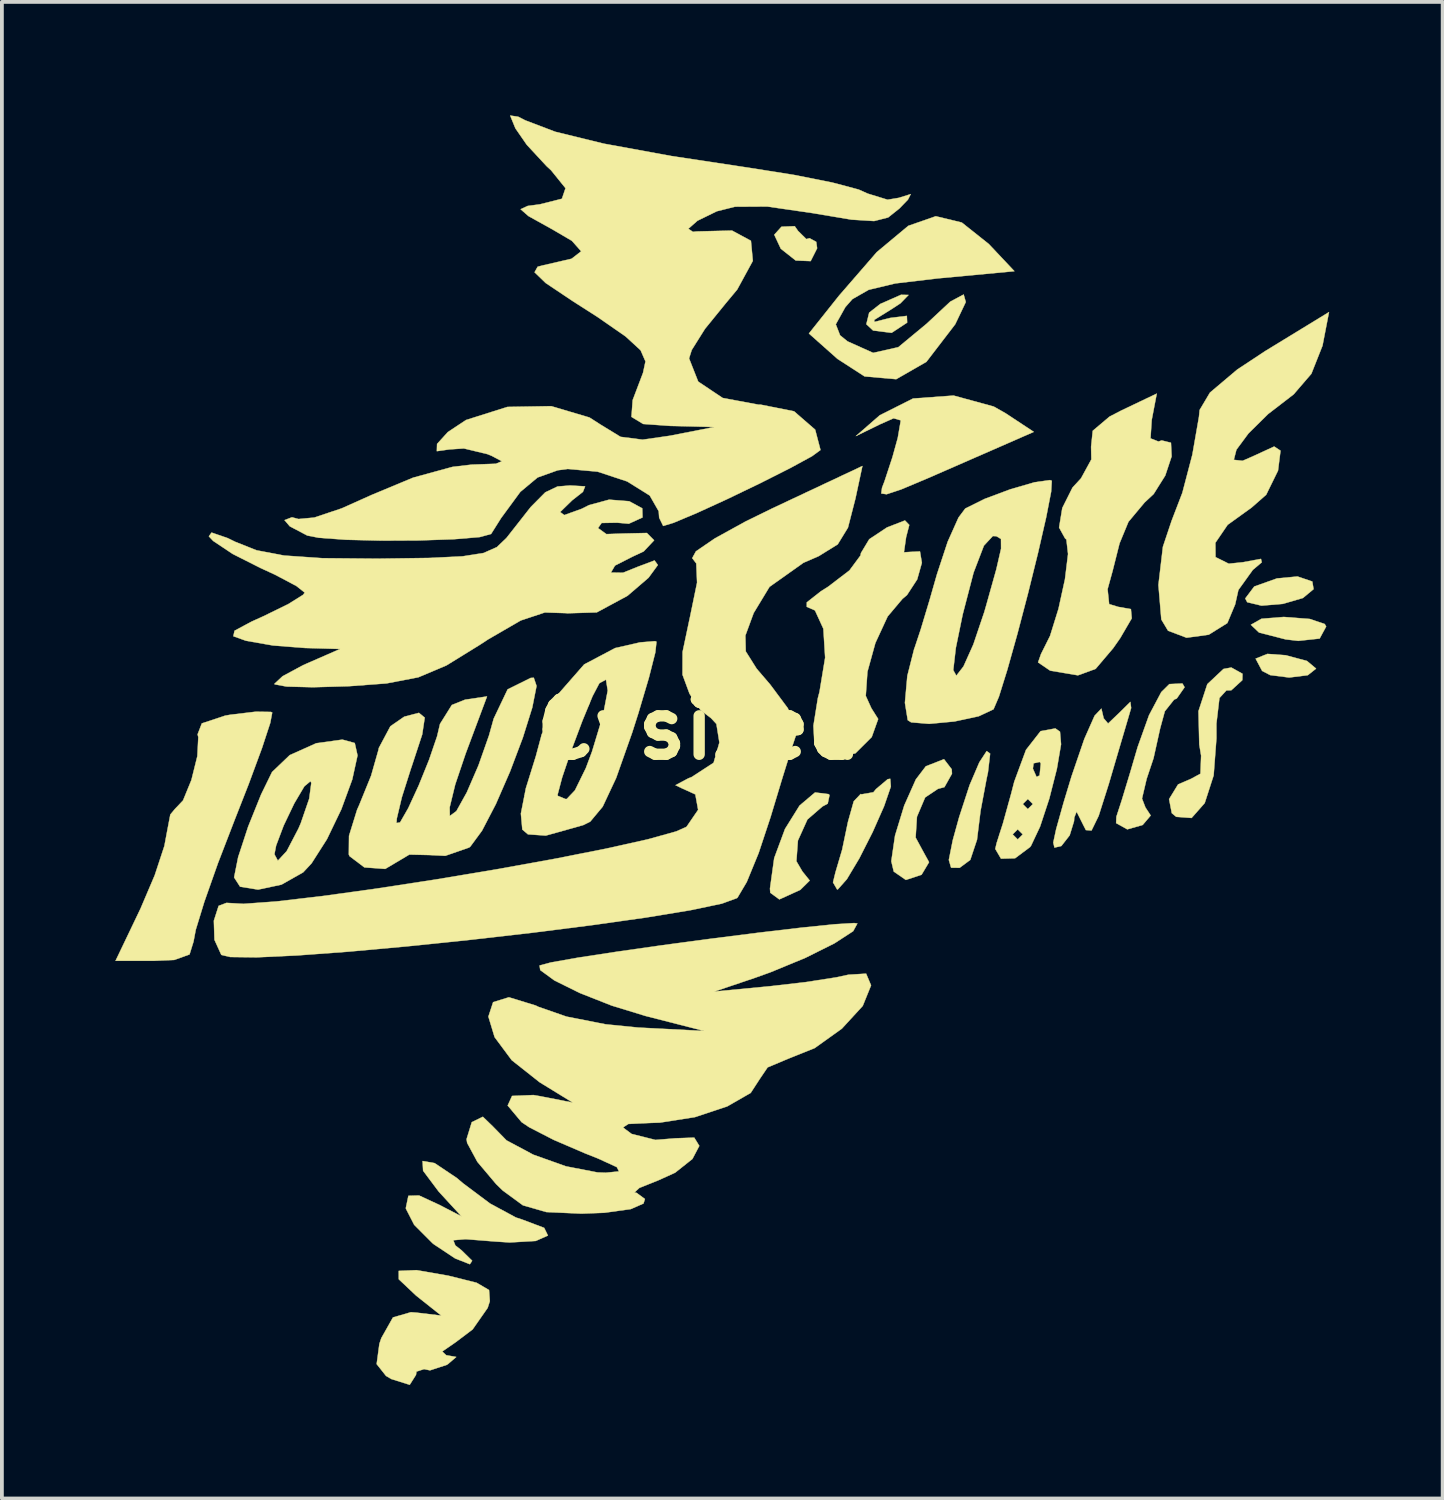
<source format=kicad_pcb>
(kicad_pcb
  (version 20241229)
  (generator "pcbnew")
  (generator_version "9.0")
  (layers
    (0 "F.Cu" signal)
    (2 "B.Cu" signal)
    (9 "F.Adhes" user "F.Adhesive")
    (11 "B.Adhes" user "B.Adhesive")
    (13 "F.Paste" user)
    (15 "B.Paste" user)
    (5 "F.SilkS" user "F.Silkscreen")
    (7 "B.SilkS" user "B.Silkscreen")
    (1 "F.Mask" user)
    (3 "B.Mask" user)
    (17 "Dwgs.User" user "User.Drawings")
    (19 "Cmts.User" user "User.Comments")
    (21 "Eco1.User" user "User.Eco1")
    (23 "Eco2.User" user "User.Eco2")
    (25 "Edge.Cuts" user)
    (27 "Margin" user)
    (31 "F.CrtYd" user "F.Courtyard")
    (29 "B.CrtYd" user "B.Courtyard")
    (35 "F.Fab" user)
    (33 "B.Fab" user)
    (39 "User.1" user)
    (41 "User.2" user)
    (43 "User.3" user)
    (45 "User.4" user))
  (footprint "Cysized"
    (layer "F.Cu")
    (at 15.434 16.202)
    (property "Reference" "Cysized" (at 0 0 0) (layer "F.SilkS") (effects (font (size 1.524 1.524) (thickness 0.3))))
    (attr through_hole)
    (fp_poly (pts (xy 15.507 -1.929) (xy 16.07 -1.777) (xy 16.309 -1.577) (xy 16.309 -1.574) (xy 16.09 -1.401) (xy 15.6 -1.34) (xy 15.097 -1.404) (xy 14.884 -1.515) (xy 14.712 -1.839) (xy 15.023 -1.964) (xy 15.507 -1.929)) (stroke (width 0.01) (type solid)) (fill yes) (layer "F.SilkS"))
    (fp_poly (pts (xy 16.143 -2.888) (xy 16.539 -2.754) (xy 16.577 -2.689) (xy 16.404 -2.37) (xy 15.839 -2.309) (xy 15.507 -2.348) (xy 14.802 -2.529) (xy 14.586 -2.734) (xy 14.867 -2.893) (xy 15.454 -2.941) (xy 16.143 -2.888)) (stroke (width 0.01) (type solid)) (fill yes) (layer "F.SilkS"))
    (fp_poly (pts (xy 16.21 -3.878) (xy 16.244 -3.676) (xy 15.962 -3.442) (xy 15.431 -3.287) (xy 14.868 -3.24) (xy 14.49 -3.331) (xy 14.438 -3.43) (xy 14.676 -3.746) (xy 15.277 -3.96) (xy 15.819 -4.011) (xy 16.21 -3.878)) (stroke (width 0.01) (type solid)) (fill yes) (layer "F.SilkS"))
    (fp_poly (pts (xy 2.614 -13.147) (xy 2.834 -12.931) (xy 2.919 -12.954) (xy 3.095 -12.858) (xy 3.119 -12.688) (xy 2.948 -12.349) (xy 2.553 -12.365) (xy 2.159 -12.676) (xy 1.986 -13.046) (xy 2.177 -13.258) (xy 2.527 -13.272) (xy 2.614 -13.147)) (stroke (width 0.01) (type solid)) (fill yes) (layer "F.SilkS"))
    (fp_poly (pts (xy 5.536 -11.454) (xy 5.322 -11.233) (xy 5.08 -11.075) (xy 4.631 -10.796) (xy 4.631 -10.74) (xy 5.047 -10.846) (xy 5.491 -10.901) (xy 5.499 -10.723) (xy 5.088 -10.453) (xy 4.599 -10.514) (xy 4.42 -10.681) (xy 4.495 -10.986) (xy 4.788 -11.216) (xy 5.337 -11.458) (xy 5.536 -11.454)) (stroke (width 0.01) (type solid)) (fill yes) (layer "F.SilkS"))
    (fp_poly (pts (xy 7.693 0.672) (xy 7.636 1.164) (xy 7.599 1.337) (xy 7.44 2.183) (xy 7.348 2.927) (xy 7.348 2.941) (xy 7.168 3.481) (xy 6.886 3.691) (xy 6.661 3.688) (xy 6.601 3.483) (xy 6.705 2.961) (xy 6.873 2.354) (xy 7.15 1.505) (xy 7.407 0.903) (xy 7.602 0.605) (xy 7.693 0.672)) (stroke (width 0.01) (type solid)) (fill yes) (layer "F.SilkS"))
    (fp_poly (pts (xy 3.422 1.743) (xy 3.447 1.768) (xy 3.399 1.995) (xy 3.258 2.07) (xy 2.863 2.412) (xy 2.611 2.97) (xy 2.571 3.517) (xy 2.73 3.788) (xy 2.923 4.028) (xy 2.674 4.274) (xy 2.12 4.526) (xy 1.881 4.351) (xy 1.872 4.242) (xy 1.984 3.434) (xy 2.27 2.663) (xy 2.655 2.045) (xy 3.064 1.699) (xy 3.422 1.743)) (stroke (width 0.01) (type solid)) (fill yes) (layer "F.SilkS"))
    (fp_poly (pts (xy 5.068 1.543) (xy 4.889 2.063) (xy 4.588 2.744) (xy 4.236 3.438) (xy 3.905 3.992) (xy 3.669 4.258) (xy 3.648 4.264) (xy 3.539 4.076) (xy 3.604 3.81) (xy 3.78 3.214) (xy 3.934 2.478) (xy 4.087 1.933) (xy 4.271 1.739) (xy 4.294 1.748) (xy 4.606 1.694) (xy 4.676 1.609) (xy 4.984 1.349) (xy 5.052 1.337) (xy 5.068 1.543)) (stroke (width 0.01) (type solid)) (fill yes) (layer "F.SilkS"))
    (fp_poly (pts (xy 6.677 1.085) (xy 6.684 1.203) (xy 6.485 1.558) (xy 6.312 1.604) (xy 5.975 1.829) (xy 5.758 2.34) (xy 5.723 2.891) (xy 5.901 3.22) (xy 6.078 3.542) (xy 5.88 3.874) (xy 5.465 4.011) (xy 5.145 3.79) (xy 5.08 3.516) (xy 5.179 2.838) (xy 5.422 2.044) (xy 5.729 1.354) (xy 5.993 1.007) (xy 6.473 0.819) (xy 6.677 1.085)) (stroke (width 0.01) (type solid)) (fill yes) (layer "F.SilkS"))
    (fp_poly (pts (xy 7.787 -8.504) (xy 8.1 -8.327) (xy 8.847 -7.834) (xy 7.164 -7.098) (xy 6.047 -6.61) (xy 5.338 -6.312) (xy 4.955 -6.185) (xy 4.815 -6.206) (xy 4.835 -6.356) (xy 4.901 -6.529) (xy 5.11 -7.165) (xy 5.251 -7.674) (xy 5.331 -8.139) (xy 5.141 -8.194) (xy 4.782 -8.035) (xy 4.144 -7.723) (xy 4.775 -8.273) (xy 5.655 -8.716) (xy 6.726 -8.794) (xy 7.787 -8.504)) (stroke (width 0.01) (type solid)) (fill yes) (layer "F.SilkS"))
    (fp_poly (pts (xy 12.834 -1.083) (xy 12.627 -0.786) (xy 12.555 -0.754) (xy 12.311 -0.447) (xy 12.188 0.004) (xy 12.013 0.793) (xy 11.831 1.337) (xy 11.708 1.86) (xy 11.798 2.095) (xy 11.938 2.308) (xy 11.726 2.558) (xy 11.319 2.674) (xy 11.024 2.509) (xy 11.031 2.339) (xy 11.17 1.913) (xy 11.399 1.159) (xy 11.593 0.497) (xy 11.894 -0.344) (xy 12.218 -0.955) (xy 12.432 -1.166) (xy 12.777 -1.182) (xy 12.834 -1.083)) (stroke (width 0.01) (type solid)) (fill yes) (layer "F.SilkS"))
    (fp_poly (pts (xy 14.365 -1.439) (xy 14.36 -1.27) (xy 14.067 -1.002) (xy 13.941 -1.001) (xy 13.755 -0.798) (xy 13.675 -0.119) (xy 13.676 0.266) (xy 13.602 1.248) (xy 13.366 1.979) (xy 13.019 2.373) (xy 12.613 2.343) (xy 12.496 2.246) (xy 12.424 1.875) (xy 12.662 1.486) (xy 13.008 1.337) (xy 13.253 1.203) (xy 13.271 0.726) (xy 13.222 0.429) (xy 13.201 -0.45) (xy 13.435 -1.165) (xy 13.862 -1.566) (xy 14.069 -1.604) (xy 14.365 -1.439)) (stroke (width 0.01) (type solid)) (fill yes) (layer "F.SilkS"))
    (fp_poly (pts (xy 11.421 -0.535) (xy 11.286 -0.075) (xy 11.054 0.711) (xy 10.831 1.471) (xy 10.562 2.318) (xy 10.373 2.705) (xy 10.224 2.693) (xy 10.146 2.54) (xy 9.979 2.206) (xy 9.917 2.363) (xy 9.911 2.457) (xy 9.796 2.832) (xy 9.576 3.114) (xy 9.394 3.157) (xy 9.362 3.024) (xy 9.438 2.67) (xy 9.633 1.973) (xy 9.843 1.279) (xy 10.183 0.285) (xy 10.455 -0.33) (xy 10.634 -0.519) (xy 10.695 -0.261) (xy 10.811 -0.124) (xy 11.118 -0.417) (xy 11.4 -0.696) (xy 11.421 -0.535)) (stroke (width 0.01) (type solid)) (fill yes) (layer "F.SilkS"))
    (fp_poly (pts (xy -11.321 -0.43) (xy -11.287 -0.414) (xy -11.339 -0.14) (xy -11.557 0.524) (xy -11.907 1.472) (xy -12.276 2.413) (xy -12.723 3.572) (xy -13.081 4.586) (xy -13.309 5.33) (xy -13.368 5.643) (xy -13.473 5.981) (xy -13.878 6.127) (xy -14.399 6.149) (xy -15.429 6.149) (xy -14.769 4.77) (xy -14.394 3.89) (xy -14.138 3.113) (xy -14.073 2.765) (xy -13.981 2.282) (xy -13.862 2.139) (xy -13.645 1.91) (xy -13.424 1.371) (xy -13.267 0.74) (xy -13.241 0.237) (xy -13.26 0.163) (xy -13.148 -0.127) (xy -12.534 -0.331) (xy -12.394 -0.356) (xy -11.723 -0.436) (xy -11.321 -0.43)) (stroke (width 0.01) (type solid)) (fill yes) (layer "F.SilkS"))
    (fp_poly (pts (xy 6.943 -13.369) (xy 7.655 -12.803) (xy 7.751 -12.702) (xy 8.335 -12.082) (xy 6.299 -11.891) (xy 5.187 -11.759) (xy 4.481 -11.59) (xy 4.051 -11.344) (xy 3.864 -11.131) (xy 3.612 -10.678) (xy 3.726 -10.386) (xy 3.923 -10.227) (xy 4.6 -9.923) (xy 5.265 -10.073) (xy 6.016 -10.695) (xy 6.638 -11.276) (xy 6.993 -11.466) (xy 7.049 -11.267) (xy 6.77 -10.68) (xy 6.766 -10.674) (xy 6.008 -9.686) (xy 5.209 -9.227) (xy 4.373 -9.301) (xy 3.657 -9.764) (xy 2.902 -10.435) (xy 3.697 -11.434) (xy 4.698 -12.588) (xy 5.529 -13.281) (xy 6.256 -13.535) (xy 6.943 -13.369)) (stroke (width 0.01) (type solid)) (fill yes) (layer "F.SilkS"))
    (fp_poly (pts (xy -6.995 11.498) (xy -6.412 11.888) (xy -6.24 12.034) (xy -5.526 12.568) (xy -4.844 12.936) (xy -4.674 12.992) (xy -4.097 13.21) (xy -3.998 13.413) (xy -4.321 13.556) (xy -5.009 13.596) (xy -5.396 13.571) (xy -6.175 13.509) (xy -6.5 13.537) (xy -6.446 13.674) (xy -6.281 13.804) (xy -6.001 14.079) (xy -6.062 14.171) (xy -6.451 14.018) (xy -7.01 13.647) (xy -7.049 13.616) (xy -7.534 13.13) (xy -7.753 12.702) (xy -7.754 12.681) (xy -7.687 12.362) (xy -7.406 12.354) (xy -6.867 12.603) (xy -6.283 12.906) (xy -6.887 12.249) (xy -7.298 11.7) (xy -7.312 11.443) (xy -6.995 11.498)) (stroke (width 0.01) (type solid)) (fill yes) (layer "F.SilkS"))
    (fp_poly (pts (xy -6.629 14.475) (xy -5.884 14.661) (xy -5.555 14.854) (xy -5.534 15.147) (xy -5.591 15.325) (xy -5.989 15.895) (xy -6.445 16.239) (xy -6.792 16.478) (xy -6.688 16.577) (xy -6.684 16.577) (xy -6.422 16.623) (xy -6.638 16.809) (xy -6.671 16.831) (xy -7.116 16.977) (xy -7.273 16.944) (xy -7.474 17.01) (xy -7.486 17.096) (xy -7.652 17.359) (xy -8.14 17.206) (xy -8.279 17.123) (xy -8.526 16.811) (xy -8.454 16.276) (xy -8.403 16.125) (xy -8.095 15.578) (xy -7.62 15.44) (xy -7.477 15.451) (xy -6.818 15.529) (xy -7.482 15.002) (xy -7.941 14.569) (xy -7.943 14.348) (xy -7.471 14.328) (xy -6.629 14.475)) (stroke (width 0.01) (type solid)) (fill yes) (layer "F.SilkS"))
    (fp_poly (pts (xy -9.105 0.392) (xy -9.032 0.72) (xy -9.171 1.355) (xy -9.46 2.144) (xy -9.84 2.934) (xy -10.248 3.574) (xy -10.468 3.81) (xy -11.044 4.136) (xy -11.661 4.267) (xy -12.137 4.19) (xy -12.295 3.944) (xy -12.187 3.405) (xy -12.163 3.334) (xy -11.229 3.334) (xy -11.138 3.502) (xy -10.905 3.251) (xy -10.593 2.653) (xy -10.532 2.511) (xy -10.309 1.863) (xy -10.254 1.448) (xy -10.275 1.401) (xy -10.438 1.537) (xy -10.705 1.989) (xy -10.984 2.572) (xy -11.184 3.102) (xy -11.229 3.334) (xy -12.163 3.334) (xy -11.923 2.601) (xy -11.58 1.75) (xy -11.291 1.158) (xy -10.824 0.712) (xy -10.124 0.398) (xy -9.432 0.302) (xy -9.105 0.392)) (stroke (width 0.01) (type solid)) (fill yes) (layer "F.SilkS"))
    (fp_poly (pts (xy 5.555 -5.374) (xy 5.471 -5.049) (xy 5.414 -4.65) (xy 5.586 -4.661) (xy 5.838 -4.673) (xy 5.888 -4.373) (xy 5.764 -3.933) (xy 5.496 -3.522) (xy 5.374 -3.418) (xy 4.984 -2.955) (xy 4.659 -2.253) (xy 4.449 -1.493) (xy 4.405 -0.854) (xy 4.552 -0.53) (xy 4.733 -0.243) (xy 4.563 0.233) (xy 4.131 0.664) (xy 3.586 0.79) (xy 3.142 0.587) (xy 3.047 0.425) (xy 3.021 -0.064) (xy 3.138 -0.794) (xy 3.182 -0.962) (xy 3.331 -1.865) (xy 3.284 -2.63) (xy 3.062 -3.114) (xy 2.845 -3.209) (xy 2.846 -3.327) (xy 3.219 -3.62) (xy 3.409 -3.74) (xy 3.974 -4.172) (xy 4.266 -4.567) (xy 4.278 -4.632) (xy 4.497 -4.996) (xy 4.965 -5.307) (xy 5.441 -5.492) (xy 5.555 -5.374)) (stroke (width 0.01) (type solid)) (fill yes) (layer "F.SilkS"))
    (fp_poly (pts (xy 9.54 0.093) (xy 9.568 0.426) (xy 9.457 1.076) (xy 9.257 1.862) (xy 9.014 2.599) (xy 8.776 3.104) (xy 8.749 3.142) (xy 8.351 3.439) (xy 7.98 3.449) (xy 7.829 3.191) (xy 7.864 3.04) (xy 7.938 2.807) (xy 8.288 2.807) (xy 8.422 2.941) (xy 8.556 2.807) (xy 8.422 2.674) (xy 8.288 2.807) (xy 7.938 2.807) (xy 8.03 2.521) (xy 8.173 2.005) (xy 8.556 2.005) (xy 8.689 2.139) (xy 8.823 2.005) (xy 8.689 1.872) (xy 8.556 2.005) (xy 8.173 2.005) (xy 8.248 1.734) (xy 8.331 1.413) (xy 8.458 1.069) (xy 8.823 1.069) (xy 8.921 1.29) (xy 9.001 1.248) (xy 9.033 0.93) (xy 9.001 0.891) (xy 8.842 0.928) (xy 8.823 1.069) (xy 8.458 1.069) (xy 8.641 0.573) (xy 9.027 0.078) (xy 9.417 0.006) (xy 9.54 0.093)) (stroke (width 0.01) (type solid)) (fill yes) (layer "F.SilkS"))
    (fp_poly (pts (xy 11.965 -8.151) (xy 11.933 -7.662) (xy 12.143 -7.579) (xy 12.229 -7.608) (xy 12.474 -7.547) (xy 12.491 -7.185) (xy 12.323 -6.68) (xy 12.016 -6.191) (xy 11.776 -5.967) (xy 11.35 -5.457) (xy 11.114 -4.886) (xy 10.931 -4.159) (xy 10.798 -3.676) (xy 10.839 -3.281) (xy 11.078 -3.208) (xy 11.415 -3.149) (xy 11.437 -2.905) (xy 11.132 -2.382) (xy 10.944 -2.113) (xy 10.481 -1.568) (xy 10.014 -1.398) (xy 9.301 -1.518) (xy 9.277 -1.524) (xy 8.96 -1.74) (xy 9.038 -1.961) (xy 9.277 -2.44) (xy 9.5 -3.157) (xy 9.671 -3.937) (xy 9.753 -4.606) (xy 9.709 -4.988) (xy 9.673 -5.02) (xy 9.516 -5.305) (xy 9.601 -5.823) (xy 9.871 -6.362) (xy 10.095 -6.605) (xy 10.369 -7.106) (xy 10.362 -7.441) (xy 10.406 -7.863) (xy 10.85 -8.238) (xy 11.163 -8.4) (xy 12.098 -8.846) (xy 11.965 -8.151)) (stroke (width 0.01) (type solid)) (fill yes) (layer "F.SilkS"))
    (fp_poly (pts (xy 16.48 -10.113) (xy 16.186 -9.371) (xy 15.718 -8.827) (xy 15.713 -8.823) (xy 15.043 -8.307) (xy 14.523 -7.794) (xy 14.204 -7.363) (xy 14.135 -7.095) (xy 14.368 -7.069) (xy 14.688 -7.21) (xy 15.202 -7.447) (xy 15.37 -7.337) (xy 15.304 -6.81) (xy 14.991 -6.172) (xy 14.606 -5.834) (xy 13.972 -5.377) (xy 13.648 -4.902) (xy 13.652 -4.523) (xy 14.002 -4.349) (xy 14.371 -4.387) (xy 14.853 -4.476) (xy 14.874 -4.385) (xy 14.638 -4.186) (xy 14.256 -3.654) (xy 14.171 -3.274) (xy 13.964 -2.779) (xy 13.472 -2.472) (xy 12.886 -2.392) (xy 12.397 -2.577) (xy 12.219 -2.874) (xy 12.142 -3.787) (xy 12.261 -4.797) (xy 12.49 -5.481) (xy 12.775 -6.224) (xy 13.039 -7.23) (xy 13.214 -8.232) (xy 13.232 -8.413) (xy 13.505 -8.873) (xy 14.226 -9.482) (xy 14.965 -9.97) (xy 16.652 -11.001) (xy 16.48 -10.113)) (stroke (width 0.01) (type solid)) (fill yes) (layer "F.SilkS"))
    (fp_poly (pts (xy -1.128 -2.286) (xy -1.159 -2.003) (xy -1.329 -1.333) (xy -1.607 -0.396) (xy -1.769 0.112) (xy -2.194 1.315) (xy -2.55 2.074) (xy -2.88 2.47) (xy -3.063 2.561) (xy -3.741 2.752) (xy -4.055 2.839) (xy -4.526 2.806) (xy -4.675 2.679) (xy -4.713 2.258) (xy -4.62 1.786) (xy -3.743 1.786) (xy -3.539 1.871) (xy -3.501 1.872) (xy -3.283 1.641) (xy -2.995 1.054) (xy -2.833 0.621) (xy -2.543 -0.336) (xy -2.417 -0.995) (xy -2.463 -1.284) (xy -2.638 -1.19) (xy -2.818 -0.847) (xy -3.09 -0.188) (xy -3.383 0.594) (xy -3.623 1.305) (xy -3.741 1.752) (xy -3.743 1.786) (xy -4.62 1.786) (xy -4.581 1.586) (xy -4.538 1.449) (xy -4.317 0.74) (xy -4.18 0.23) (xy -4.17 0.185) (xy -3.769 -0.853) (xy -3.04 -1.686) (xy -2.22 -2.119) (xy -1.562 -2.269) (xy -1.164 -2.301) (xy -1.128 -2.286)) (stroke (width 0.01) (type solid)) (fill yes) (layer "F.SilkS"))
    (fp_poly (pts (xy 9.323 -6.541) (xy 9.306 -6.253) (xy 9.175 -5.578) (xy 8.961 -4.643) (xy 8.697 -3.574) (xy 8.415 -2.499) (xy 8.147 -1.544) (xy 7.926 -0.836) (xy 7.784 -0.503) (xy 7.782 -0.5) (xy 7.391 -0.316) (xy 6.75 -0.178) (xy 6.08 -0.115) (xy 5.605 -0.155) (xy 5.515 -0.212) (xy 5.44 -0.672) (xy 5.504 -1.385) (xy 5.542 -1.534) (xy 6.718 -1.534) (xy 6.799 -1.389) (xy 6.989 -1.634) (xy 7.249 -2.214) (xy 7.539 -3.073) (xy 7.59 -3.25) (xy 7.856 -4.199) (xy 7.982 -4.746) (xy 7.98 -5.002) (xy 7.859 -5.076) (xy 7.764 -5.08) (xy 7.528 -4.826) (xy 7.255 -4.113) (xy 6.968 -3.01) (xy 6.786 -2.124) (xy 6.718 -1.534) (xy 5.542 -1.534) (xy 5.684 -2.095) (xy 5.701 -2.139) (xy 5.856 -2.605) (xy 6.093 -3.391) (xy 6.288 -4.072) (xy 6.571 -4.93) (xy 6.857 -5.569) (xy 7.036 -5.808) (xy 7.55 -6.063) (xy 8.227 -6.316) (xy 8.868 -6.502) (xy 9.276 -6.559) (xy 9.323 -6.541)) (stroke (width 0.01) (type solid)) (fill yes) (layer "F.SilkS"))
    (fp_poly (pts (xy -4.299 -1.116) (xy -4.412 -0.546) (xy -4.661 0.249) (xy -4.998 1.142) (xy -5.374 2.005) (xy -5.741 2.71) (xy -6.049 3.129) (xy -6.08 3.154) (xy -6.713 3.374) (xy -7.136 3.353) (xy -7.662 3.341) (xy -7.887 3.475) (xy -8.3 3.72) (xy -8.85 3.68) (xy -9.243 3.383) (xy -9.262 3.34) (xy -9.257 2.846) (xy -9.043 2.155) (xy -8.99 2.037) (xy -8.673 1.257) (xy -8.477 0.569) (xy -8.469 0.524) (xy -8.163 -0.051) (xy -7.797 -0.304) (xy -7.409 -0.406) (xy -7.255 -0.279) (xy -7.322 0.166) (xy -7.601 1.015) (xy -7.62 1.069) (xy -7.86 1.825) (xy -7.993 2.385) (xy -8.002 2.507) (xy -7.907 2.491) (xy -7.691 2.114) (xy -7.415 1.515) (xy -7.14 0.835) (xy -6.928 0.214) (xy -6.851 -0.113) (xy -6.538 -0.614) (xy -6.188 -0.754) (xy -5.608 -0.84) (xy -6.172 0.668) (xy -6.449 1.488) (xy -6.596 2.092) (xy -6.592 2.32) (xy -6.418 2.192) (xy -6.144 1.699) (xy -5.835 0.985) (xy -5.556 0.193) (xy -5.432 -0.252) (xy -5.063 -1.027) (xy -4.453 -1.329) (xy -4.372 -1.333) (xy -4.299 -1.116)) (stroke (width 0.01) (type solid)) (fill yes) (layer "F.SilkS"))
    (fp_poly (pts (xy 4.132 -6.073) (xy 3.934 -5.302) (xy 3.663 -4.86) (xy 3.157 -4.547) (xy 2.756 -4.373) (xy 1.86 -3.737) (xy 1.441 -3.045) (xy 1.222 -2.449) (xy 1.232 -2.031) (xy 1.52 -1.573) (xy 1.878 -1.155) (xy 2.344 -0.529) (xy 2.578 -0.022) (xy 2.579 0.129) (xy 2.442 0.54) (xy 2.204 1.304) (xy 1.914 2.263) (xy 1.891 2.341) (xy 1.573 3.3) (xy 1.259 4.065) (xy 1.014 4.479) (xy 0.999 4.492) (xy 0.6 4.638) (xy -0.23 4.812) (xy -1.402 5.005) (xy -2.826 5.206) (xy -4.415 5.408) (xy -6.078 5.598) (xy -7.728 5.768) (xy -9.273 5.908) (xy -10.627 6.008) (xy -11.699 6.058) (xy -12.4 6.049) (xy -12.633 5.993) (xy -12.814 5.595) (xy -12.83 5.09) (xy -12.704 4.697) (xy -12.496 4.618) (xy -12.048 4.644) (xy -11.175 4.58) (xy -9.974 4.44) (xy -8.542 4.242) (xy -6.979 4.002) (xy -5.381 3.735) (xy -3.847 3.458) (xy -2.475 3.187) (xy -1.362 2.939) (xy -0.607 2.729) (xy -0.334 2.607) (xy -0.027 2.158) (xy -0.101 1.75) (xy -0.468 1.583) (xy -0.626 1.506) (xy -0.282 1.324) (xy -0.201 1.293) (xy 0.382 0.914) (xy 0.535 0.379) (xy 0.456 -0.113) (xy 0.313 -0.267) (xy 0.036 -0.477) (xy -0.254 -0.91) (xy -0.44 -1.414) (xy -0.438 -2.016) (xy -0.248 -2.915) (xy -0.244 -2.932) (xy -0.055 -3.849) (xy -0.076 -4.356) (xy -0.183 -4.496) (xy -0.085 -4.676) (xy 0.415 -5.018) (xy 1.228 -5.466) (xy 1.92 -5.805) (xy 4.316 -6.932) (xy 4.132 -6.073)) (stroke (width 0.01) (type solid)) (fill yes) (layer "F.SilkS"))
    (fp_poly (pts (xy -3.015 -6.394) (xy -3.073 -6.248) (xy -3.358 -6.024) (xy -3.675 -5.715) (xy -3.567 -5.634) (xy -3.103 -5.801) (xy -2.913 -5.897) (xy -2.38 -6.042) (xy -1.849 -6) (xy -1.504 -5.813) (xy -1.497 -5.572) (xy -1.86 -5.406) (xy -2.169 -5.433) (xy -2.579 -5.426) (xy -2.674 -5.291) (xy -2.452 -5.131) (xy -1.999 -5.147) (xy -1.382 -5.161) (xy -1.19 -4.967) (xy -1.466 -4.674) (xy -1.759 -4.537) (xy -2.225 -4.3) (xy -2.333 -4.115) (xy -2.013 -4.11) (xy -1.627 -4.266) (xy -1.179 -4.435) (xy -1.092 -4.314) (xy -1.338 -3.978) (xy -1.89 -3.504) (xy -1.899 -3.498) (xy -2.707 -3.062) (xy -3.49 -3.038) (xy -3.514 -3.042) (xy -4.079 -3.06) (xy -4.717 -2.848) (xy -5.578 -2.349) (xy -5.798 -2.205) (xy -6.679 -1.661) (xy -7.424 -1.346) (xy -8.267 -1.184) (xy -9.263 -1.11) (xy -10.21 -1.083) (xy -10.908 -1.101) (xy -11.223 -1.16) (xy -11.229 -1.173) (xy -11.011 -1.376) (xy -10.472 -1.665) (xy -10.361 -1.715) (xy -9.492 -2.095) (xy -10.427 -2.121) (xy -11.266 -2.187) (xy -11.977 -2.311) (xy -11.981 -2.312) (xy -12.315 -2.432) (xy -12.283 -2.577) (xy -11.831 -2.819) (xy -11.513 -2.963) (xy -10.86 -3.283) (xy -10.473 -3.525) (xy -10.427 -3.584) (xy -10.649 -3.76) (xy -11.212 -4.058) (xy -11.596 -4.235) (xy -12.331 -4.606) (xy -12.848 -4.951) (xy -12.962 -5.072) (xy -12.891 -5.172) (xy -12.464 -5.025) (xy -12.262 -4.926) (xy -11.7 -4.703) (xy -10.974 -4.565) (xy -9.963 -4.495) (xy -8.547 -4.482) (xy -8.427 -4.483) (xy -7.128 -4.501) (xy -6.255 -4.544) (xy -5.699 -4.632) (xy -5.349 -4.787) (xy -5.096 -5.028) (xy -5.018 -5.127) (xy -4.452 -5.848) (xy -4.069 -6.235) (xy -3.745 -6.39) (xy -3.414 -6.417) (xy -3.015 -6.394)) (stroke (width 0.01) (type solid)) (fill yes) (layer "F.SilkS"))
    (fp_poly (pts (xy 4.183 5.163) (xy 4.072 5.366) (xy 3.575 5.689) (xy 2.807 6.072) (xy 1.884 6.453) (xy 1.471 6.601) (xy 0.401 6.962) (xy 1.872 6.822) (xy 2.818 6.713) (xy 3.626 6.587) (xy 3.944 6.518) (xy 4.414 6.489) (xy 4.545 6.799) (xy 4.325 7.342) (xy 3.773 7.943) (xy 3.053 8.458) (xy 2.347 8.741) (xy 1.81 8.967) (xy 1.604 9.271) (xy 1.363 9.642) (xy 0.741 9.999) (xy -0.11 10.282) (xy -1.04 10.428) (xy -1.261 10.435) (xy -1.873 10.463) (xy -2.014 10.556) (xy -1.785 10.727) (xy -1.155 10.885) (xy -0.627 10.842) (xy -0.13 10.824) (xy 0.004 11.042) (xy -0.178 11.388) (xy -0.635 11.751) (xy -1.073 11.95) (xy -1.581 12.154) (xy -1.709 12.273) (xy -1.655 12.284) (xy -1.434 12.447) (xy -1.471 12.566) (xy -1.809 12.714) (xy -2.507 12.811) (xy -3.111 12.834) (xy -4.04 12.792) (xy -4.659 12.614) (xy -5.191 12.224) (xy -5.368 12.052) (xy -5.863 11.465) (xy -6.133 10.965) (xy -6.149 10.865) (xy -6.011 10.416) (xy -5.718 10.273) (xy -5.459 10.523) (xy -5.093 10.897) (xy -4.386 11.275) (xy -3.522 11.583) (xy -2.69 11.744) (xy -2.468 11.752) (xy -2.12 11.717) (xy -2.176 11.604) (xy -2.678 11.374) (xy -3.023 11.237) (xy -3.844 10.884) (xy -4.493 10.55) (xy -4.694 10.415) (xy -5.062 9.976) (xy -4.946 9.722) (xy -4.381 9.699) (xy -4.211 9.728) (xy -3.342 9.898) (xy -4.217 9.361) (xy -4.955 8.777) (xy -5.408 8.167) (xy -5.572 7.625) (xy -5.447 7.243) (xy -5.03 7.114) (xy -4.319 7.332) (xy -4.254 7.365) (xy -3.506 7.625) (xy -2.475 7.828) (xy -1.616 7.914) (xy 0.134 8.004) (xy -1.42 7.607) (xy -2.311 7.334) (xy -3.156 7.001) (xy -3.828 6.668) (xy -4.201 6.395) (xy -4.219 6.274) (xy -3.918 6.193) (xy -3.201 6.066) (xy -2.182 5.91) (xy -0.97 5.737) (xy 0.324 5.564) (xy 1.589 5.404) (xy 2.713 5.272) (xy 3.586 5.183) (xy 4.097 5.152) (xy 4.183 5.163)) (stroke (width 0.01) (type solid)) (fill yes) (layer "F.SilkS"))
    (fp_poly (pts (xy -4.784 -16.166) (xy -4.599 -16.071) (xy -3.803 -15.768) (xy -2.52 -15.454) (xy -0.733 -15.127) (xy 1.315 -14.817) (xy 2.506 -14.628) (xy 3.516 -14.427) (xy 4.216 -14.241) (xy 4.455 -14.134) (xy 4.981 -13.972) (xy 5.277 -14.021) (xy 5.594 -14.12) (xy 5.52 -13.974) (xy 5.293 -13.739) (xy 4.997 -13.503) (xy 4.625 -13.408) (xy 4.03 -13.445) (xy 3.064 -13.607) (xy 3.02 -13.615) (xy 1.801 -13.792) (xy 0.947 -13.787) (xy 0.468 -13.667) (xy -0.045 -13.416) (xy -0.286 -13.204) (xy -0.164 -13.122) (xy -0.067 -13.133) (xy 0.869 -13.156) (xy 1.369 -12.886) (xy 1.419 -12.355) (xy 1.006 -11.597) (xy 0.698 -11.227) (xy 0.154 -10.558) (xy -0.196 -10) (xy -0.267 -9.777) (xy -0.025 -9.163) (xy 0.623 -8.73) (xy 1.557 -8.556) (xy 1.614 -8.556) (xy 2.509 -8.378) (xy 3.067 -7.893) (xy 3.208 -7.355) (xy 2.987 -7.193) (xy 2.413 -6.88) (xy 1.624 -6.482) (xy 0.755 -6.063) (xy -0.057 -5.691) (xy -0.675 -5.431) (xy -0.951 -5.347) (xy -1.057 -5.565) (xy -1.069 -5.736) (xy -1.307 -6.152) (xy -1.904 -6.524) (xy -2.685 -6.782) (xy -3.475 -6.854) (xy -3.739 -6.819) (xy -4.271 -6.629) (xy -4.728 -6.248) (xy -5.236 -5.556) (xy -5.501 -5.135) (xy -5.8 -5.053) (xy -6.484 -4.996) (xy -7.401 -4.964) (xy -8.401 -4.959) (xy -9.335 -4.982) (xy -10.052 -5.034) (xy -10.361 -5.094) (xy -10.822 -5.337) (xy -10.962 -5.501) (xy -10.765 -5.576) (xy -10.592 -5.53) (xy -10.175 -5.569) (xy -9.453 -5.811) (xy -8.653 -6.169) (xy -7.561 -6.624) (xy -6.519 -6.909) (xy -6.016 -6.968) (xy -5.375 -6.991) (xy -5.215 -7.057) (xy -5.482 -7.199) (xy -5.597 -7.246) (xy -6.22 -7.396) (xy -6.6 -7.371) (xy -6.935 -7.324) (xy -6.929 -7.515) (xy -6.643 -7.83) (xy -6.163 -8.148) (xy -5.069 -8.494) (xy -3.911 -8.514) (xy -2.899 -8.214) (xy -2.611 -8.029) (xy -2.078 -7.703) (xy -1.495 -7.628) (xy -0.77 -7.732) (xy 0.401 -7.962) (xy -0.766 -7.992) (xy -1.48 -8.043) (xy -1.79 -8.231) (xy -1.757 -8.675) (xy -1.483 -9.397) (xy -1.419 -9.697) (xy -1.548 -9.992) (xy -1.945 -10.357) (xy -2.683 -10.869) (xy -3.342 -11.291) (xy -4.058 -11.77) (xy -4.351 -12.054) (xy -4.27 -12.2) (xy -4.144 -12.233) (xy -3.373 -12.411) (xy -3.119 -12.608) (xy -3.364 -12.885) (xy -3.877 -13.186) (xy -4.514 -13.54) (xy -4.72 -13.72) (xy -4.533 -13.807) (xy -4.211 -13.85) (xy -3.628 -13.997) (xy -3.533 -14.277) (xy -3.915 -14.75) (xy -4.035 -14.861) (xy -4.557 -15.424) (xy -4.858 -15.859) (xy -4.996 -16.197) (xy -4.784 -16.166)) (stroke (width 0.01) (type solid)) (fill yes) (layer "F.SilkS")))
  (gr_rect
    (start -3 -3)
    (end 35.091 36.566)
    (stroke (width 0.1) (type default))
    (fill no)
    (layer "Edge.Cuts")))
</source>
